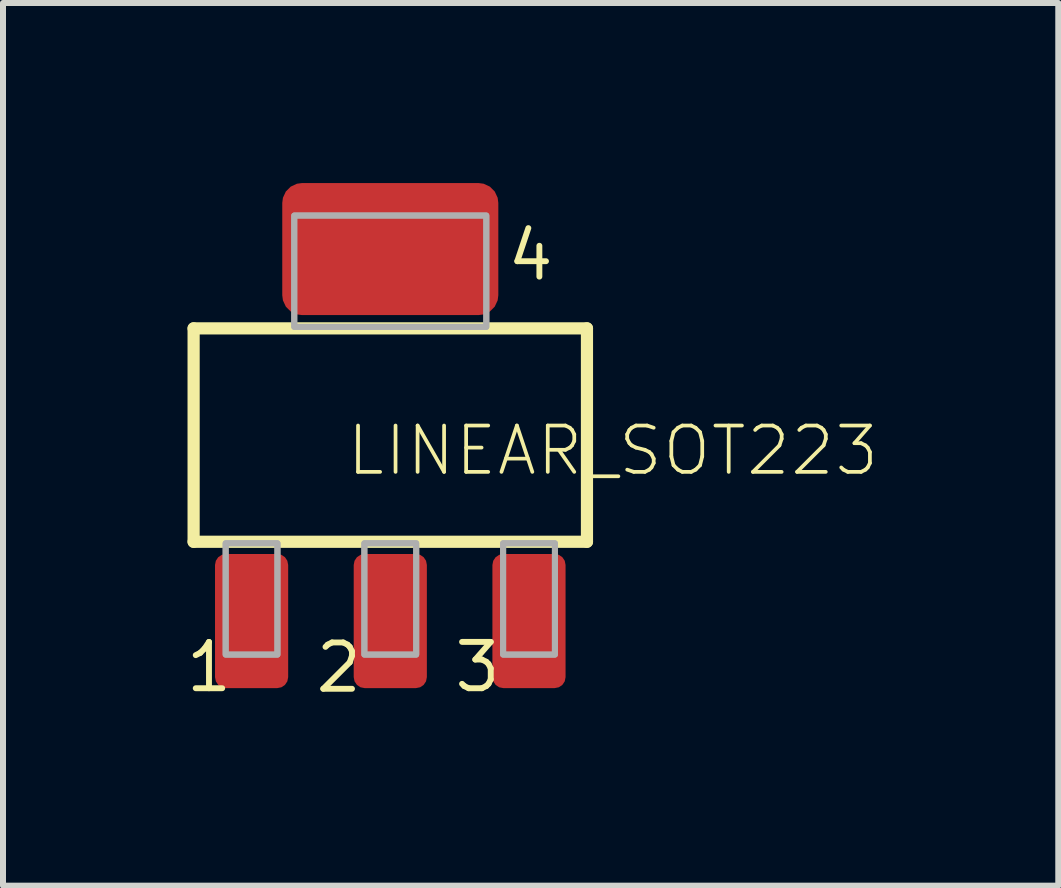
<source format=kicad_pcb>
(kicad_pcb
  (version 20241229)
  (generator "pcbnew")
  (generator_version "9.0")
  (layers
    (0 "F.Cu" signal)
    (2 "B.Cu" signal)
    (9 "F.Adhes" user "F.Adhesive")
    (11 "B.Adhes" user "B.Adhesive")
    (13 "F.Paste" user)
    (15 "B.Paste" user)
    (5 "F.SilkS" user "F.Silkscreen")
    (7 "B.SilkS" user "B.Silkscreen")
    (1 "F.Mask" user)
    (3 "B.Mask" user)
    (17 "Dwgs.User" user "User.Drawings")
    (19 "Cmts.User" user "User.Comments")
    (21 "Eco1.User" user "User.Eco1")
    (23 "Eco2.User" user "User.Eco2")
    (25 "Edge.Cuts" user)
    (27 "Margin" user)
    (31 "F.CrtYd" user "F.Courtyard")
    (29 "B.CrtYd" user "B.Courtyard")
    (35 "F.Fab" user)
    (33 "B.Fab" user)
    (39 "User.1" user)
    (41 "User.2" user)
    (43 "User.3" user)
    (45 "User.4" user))
  (footprint "LINEAR_SOT223"
    (layer "F.Cu")
    (at 3.453 4.199)
    (property "Reference" "LINEAR_SOT223" (at -0.762 0.711 180) (layer "F.SilkS") (effects (font (size 0.772 0.772) (thickness 0.062)) (justify left bottom)))
    (attr through_hole)
    (fp_line (start -3.277 -1.778) (end 3.277 -1.778) (stroke (width 0.203) (type solid)) (layer "F.SilkS"))
    (fp_line (start -3.277 1.778) (end -3.277 -1.778) (stroke (width 0.203) (type solid)) (layer "F.SilkS"))
    (fp_line (start 3.277 -1.778) (end 3.277 1.778) (stroke (width 0.203) (type solid)) (layer "F.SilkS"))
    (fp_line (start 3.277 1.778) (end -3.277 1.778) (stroke (width 0.203) (type solid)) (layer "F.SilkS"))
    (fp_poly (pts (xy -2.743 3.658) (xy -1.88 3.658) (xy -1.88 1.803) (xy -2.743 1.803)) (stroke (width 0.1) (type solid)) (fill no) (layer "F.Fab"))
    (fp_poly (pts (xy -2.743 3.658) (xy -1.88 3.658) (xy -1.88 1.803) (xy -2.743 1.803)) (stroke (width 0.1) (type solid)) (fill no) (layer "F.Fab"))
    (fp_poly (pts (xy -1.6 -1.803) (xy 1.6 -1.803) (xy 1.6 -3.658) (xy -1.6 -3.658)) (stroke (width 0.1) (type solid)) (fill no) (layer "F.Fab"))
    (fp_poly (pts (xy -1.6 -1.803) (xy 1.6 -1.803) (xy 1.6 -3.658) (xy -1.6 -3.658)) (stroke (width 0.1) (type solid)) (fill no) (layer "F.Fab"))
    (fp_poly (pts (xy -0.432 3.658) (xy 0.432 3.658) (xy 0.432 1.803) (xy -0.432 1.803)) (stroke (width 0.1) (type solid)) (fill no) (layer "F.Fab"))
    (fp_poly (pts (xy -0.432 3.658) (xy 0.432 3.658) (xy 0.432 1.803) (xy -0.432 1.803)) (stroke (width 0.1) (type solid)) (fill no) (layer "F.Fab"))
    (fp_poly (pts (xy 1.88 3.658) (xy 2.743 3.658) (xy 2.743 1.803) (xy 1.88 1.803)) (stroke (width 0.1) (type solid)) (fill no) (layer "F.Fab"))
    (fp_poly (pts (xy 1.88 3.658) (xy 2.743 3.658) (xy 2.743 1.803) (xy 1.88 1.803)) (stroke (width 0.1) (type solid)) (fill no) (layer "F.Fab"))
    (fp_text user "4" (at 1.905 -2.54 0) (layer "F.SilkS") (effects (font (size 0.772 0.772) (thickness 0.098)) (justify left bottom)))
    (fp_text user "3" (at 1.021 4.318 0) (layer "F.SilkS") (effects (font (size 0.772 0.772) (thickness 0.098)) (justify left bottom)))
    (fp_text user "1" (at -3.453 4.318 0) (layer "F.SilkS") (effects (font (size 0.772 0.772) (thickness 0.098)) (justify left bottom)))
    (fp_text user "2" (at -1.291 4.327 0) (layer "F.SilkS") (effects (font (size 0.772 0.772) (thickness 0.098)) (justify left bottom)))
    (pad "1" smd roundrect (at -2.311 3.099) (size 1.219 2.235) (layers "F.Cu" "F.Mask" "F.Paste") (roundrect_rratio 0.15))
    (pad "2" smd roundrect (at 0 3.099) (size 1.219 2.235) (layers "F.Cu" "F.Mask" "F.Paste") (roundrect_rratio 0.15))
    (pad "3" smd roundrect (at 2.311 3.099) (size 1.219 2.235) (layers "F.Cu" "F.Mask" "F.Paste") (roundrect_rratio 0.15))
    (pad "4" smd roundrect (at 0 -3.099) (size 3.6 2.2) (layers "F.Cu" "F.Mask" "F.Paste") (roundrect_rratio 0.15)))
  (gr_rect
    (start -3 -3)
    (end 14.583 11.707)
    (stroke (width 0.1) (type default))
    (fill no)
    (layer "Edge.Cuts")))
</source>
